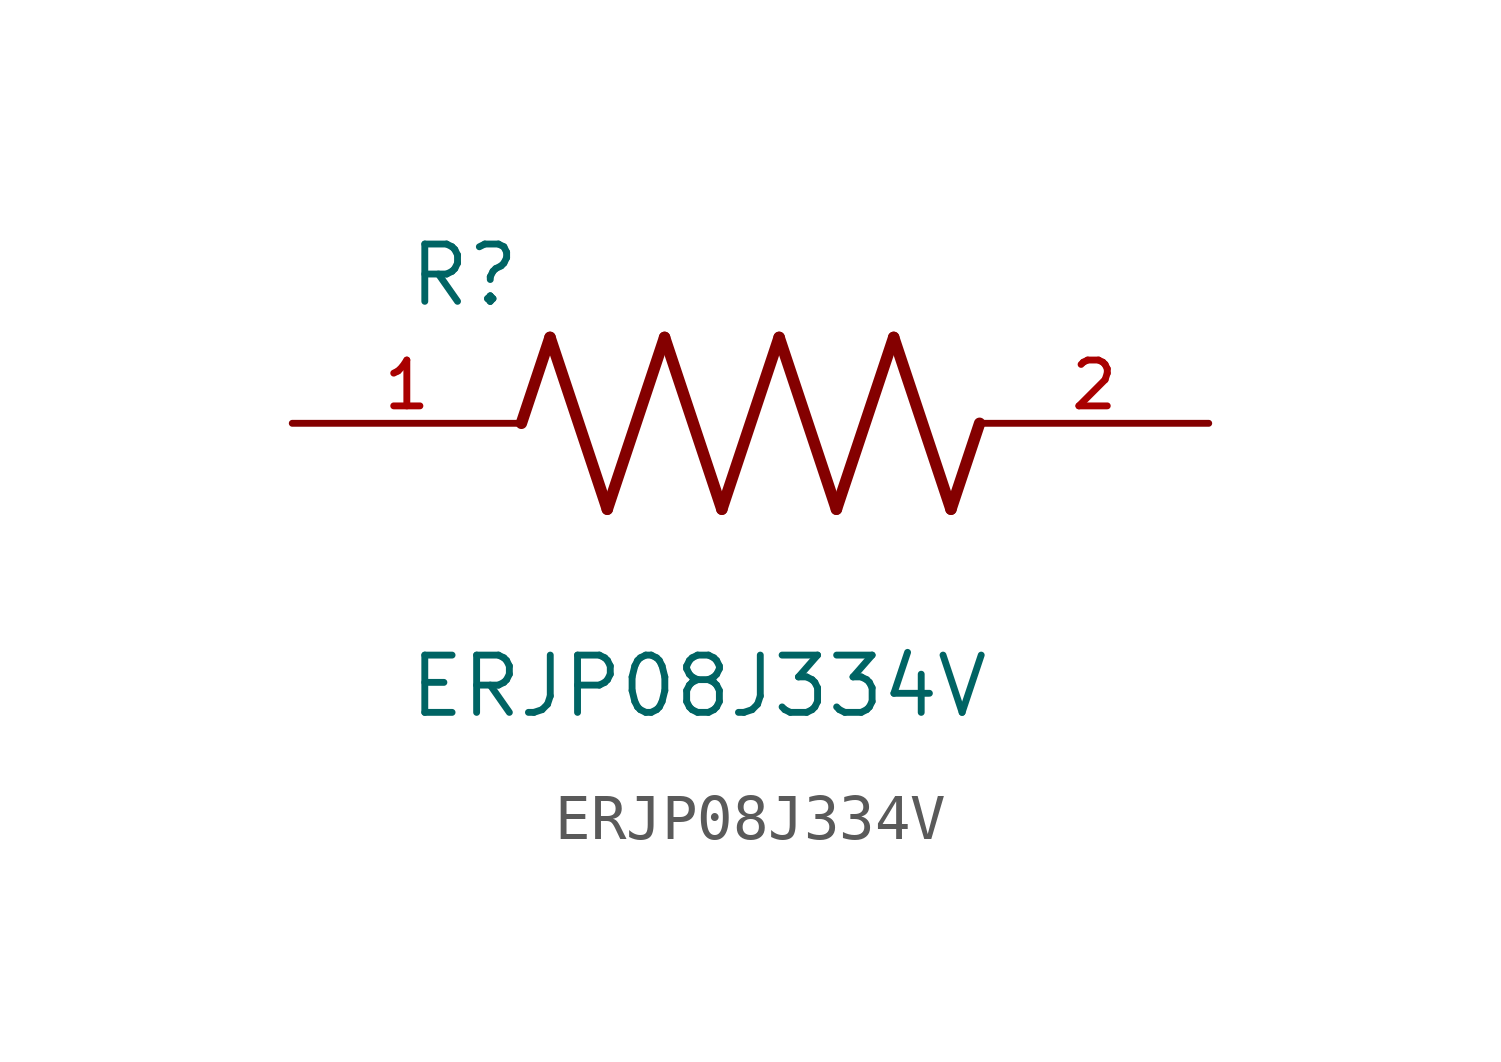
<source format=kicad_sym>
(kicad_symbol_lib
  (version 20211014)
  (generator kicad_symbol_editor)
  (symbol "ERJP08J334V"
    (pin_names
      (offset 1.016))
    (property "Reference" "R"
      (at -7.624 2.541 0)
      (effects (font (size 1.27 1.27)) (justify bottom left)))
    (property "Value" "ERJP08J334V"
      (at -7.624 -5.087 0)
      (effects (font (size 1.27 1.27)) (justify top left)))
    (symbol "ERJP08J334V_0_0"
      (polyline (pts (xy -5.08 0.0) (xy -4.445 1.905)) (stroke (width 0.254)))
      (polyline (pts (xy -4.445 1.905) (xy -3.175 -1.905)) (stroke (width 0.254)))
      (polyline (pts (xy -3.175 -1.905) (xy -1.905 1.905)) (stroke (width 0.254)))
      (polyline (pts (xy -1.905 1.905) (xy -0.635 -1.905)) (stroke (width 0.254)))
      (polyline (pts (xy -0.635 -1.905) (xy 0.635 1.905)) (stroke (width 0.254)))
      (polyline (pts (xy 0.635 1.905) (xy 1.905 -1.905)) (stroke (width 0.254)))
      (polyline (pts (xy 1.905 -1.905) (xy 3.175 1.905)) (stroke (width 0.254)))
      (polyline (pts (xy 3.175 1.905) (xy 4.445 -1.905)) (stroke (width 0.254)))
      (polyline (pts (xy 4.445 -1.905) (xy 5.08 0.0)) (stroke (width 0.254)))
      (pin passive line (at -10.16 0.0 0) (length 5.08) (name "~" (effects (font (size 1.016 1.016)))) (number "1" (effects (font (size 1.016 1.016)))))
      (pin passive line (at 10.16 0.0 180.0) (length 5.08) (name "~" (effects (font (size 1.016 1.016)))) (number "2" (effects (font (size 1.016 1.016))))))))
</source>
